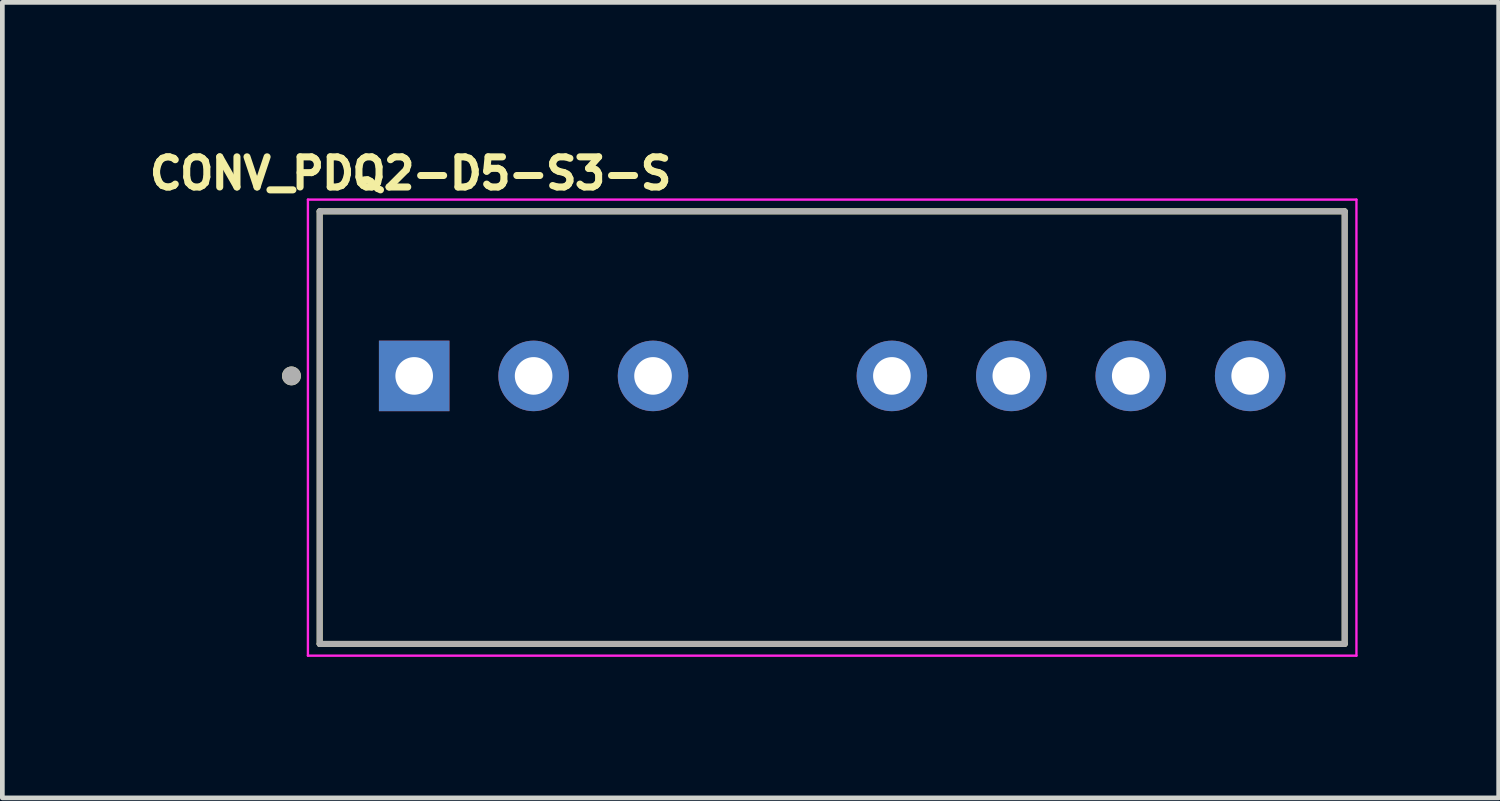
<source format=kicad_pcb>
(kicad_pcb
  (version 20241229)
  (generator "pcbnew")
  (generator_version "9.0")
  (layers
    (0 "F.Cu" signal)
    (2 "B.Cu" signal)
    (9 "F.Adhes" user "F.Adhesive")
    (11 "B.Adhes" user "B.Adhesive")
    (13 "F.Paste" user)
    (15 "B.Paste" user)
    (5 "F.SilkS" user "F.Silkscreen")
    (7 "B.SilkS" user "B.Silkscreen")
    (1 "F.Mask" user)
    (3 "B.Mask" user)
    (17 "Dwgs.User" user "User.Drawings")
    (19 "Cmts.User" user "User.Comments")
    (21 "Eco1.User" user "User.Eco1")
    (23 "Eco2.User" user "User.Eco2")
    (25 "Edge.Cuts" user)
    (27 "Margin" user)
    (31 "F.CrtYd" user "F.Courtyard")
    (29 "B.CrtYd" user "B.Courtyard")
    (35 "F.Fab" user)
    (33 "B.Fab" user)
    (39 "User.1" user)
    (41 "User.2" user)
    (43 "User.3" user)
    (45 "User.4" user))
  (footprint "CONV_PDQ2-D5-S3-S"
    (layer "F.Cu")
    (at 14.649 6.045)
    (property "Reference" "CONV_PDQ2-D5-S3-S" (at -8.966 -5.407 0) (layer "F.SilkS") (effects (font (size 0.641 0.641) (thickness 0.15))))
    (attr through_hole)
    (fp_line (start -10.9 -4.6) (end 10.9 -4.6) (stroke (width 0.127) (type solid)) (layer "F.SilkS"))
    (fp_line (start -10.9 4.6) (end -10.9 -4.6) (stroke (width 0.127) (type solid)) (layer "F.SilkS"))
    (fp_line (start 10.9 -4.6) (end 10.9 4.6) (stroke (width 0.127) (type solid)) (layer "F.SilkS"))
    (fp_line (start 10.9 4.6) (end -10.9 4.6) (stroke (width 0.127) (type solid)) (layer "F.SilkS"))
    (fp_circle (center -11.5 -1.1) (end -11.4 -1.1) (stroke (width 0.2) (type solid)) (fill no) (layer "F.SilkS"))
    (fp_line (start -11.15 -4.85) (end 11.15 -4.85) (stroke (width 0.05) (type solid)) (layer "F.CrtYd"))
    (fp_line (start -11.15 4.85) (end -11.15 -4.85) (stroke (width 0.05) (type solid)) (layer "F.CrtYd"))
    (fp_line (start 11.15 -4.85) (end 11.15 4.85) (stroke (width 0.05) (type solid)) (layer "F.CrtYd"))
    (fp_line (start 11.15 4.85) (end -11.15 4.85) (stroke (width 0.05) (type solid)) (layer "F.CrtYd"))
    (fp_line (start -10.9 -4.6) (end 10.9 -4.6) (stroke (width 0.127) (type solid)) (layer "F.Fab"))
    (fp_line (start -10.9 4.6) (end -10.9 -4.6) (stroke (width 0.127) (type solid)) (layer "F.Fab"))
    (fp_line (start 10.9 -4.6) (end 10.9 4.6) (stroke (width 0.127) (type solid)) (layer "F.Fab"))
    (fp_line (start 10.9 4.6) (end -10.9 4.6) (stroke (width 0.127) (type solid)) (layer "F.Fab"))
    (fp_circle (center -11.5 -1.1) (end -11.4 -1.1) (stroke (width 0.2) (type solid)) (fill no) (layer "F.Fab"))
    (pad "1" thru_hole rect (at -8.89 -1.1) (size 1.5 1.5) (drill 0.8) (layers "*.Cu" "*.Mask"))
    (pad "2" thru_hole circle (at -6.35 -1.1) (size 1.5 1.5) (drill 0.8) (layers "*.Cu" "*.Mask"))
    (pad "3" thru_hole circle (at -3.81 -1.1) (size 1.5 1.5) (drill 0.8) (layers "*.Cu" "*.Mask"))
    (pad "5" thru_hole circle (at 1.27 -1.1) (size 1.5 1.5) (drill 0.8) (layers "*.Cu" "*.Mask"))
    (pad "6" thru_hole circle (at 3.81 -1.1) (size 1.5 1.5) (drill 0.8) (layers "*.Cu" "*.Mask"))
    (pad "7" thru_hole circle (at 6.35 -1.1) (size 1.5 1.5) (drill 0.8) (layers "*.Cu" "*.Mask"))
    (pad "8" thru_hole circle (at 8.89 -1.1) (size 1.5 1.5) (drill 0.8) (layers "*.Cu" "*.Mask")))
  (gr_rect
    (start -3 -3)
    (end 28.824 13.92)
    (stroke (width 0.1) (type default))
    (fill no)
    (layer "Edge.Cuts")))
</source>
